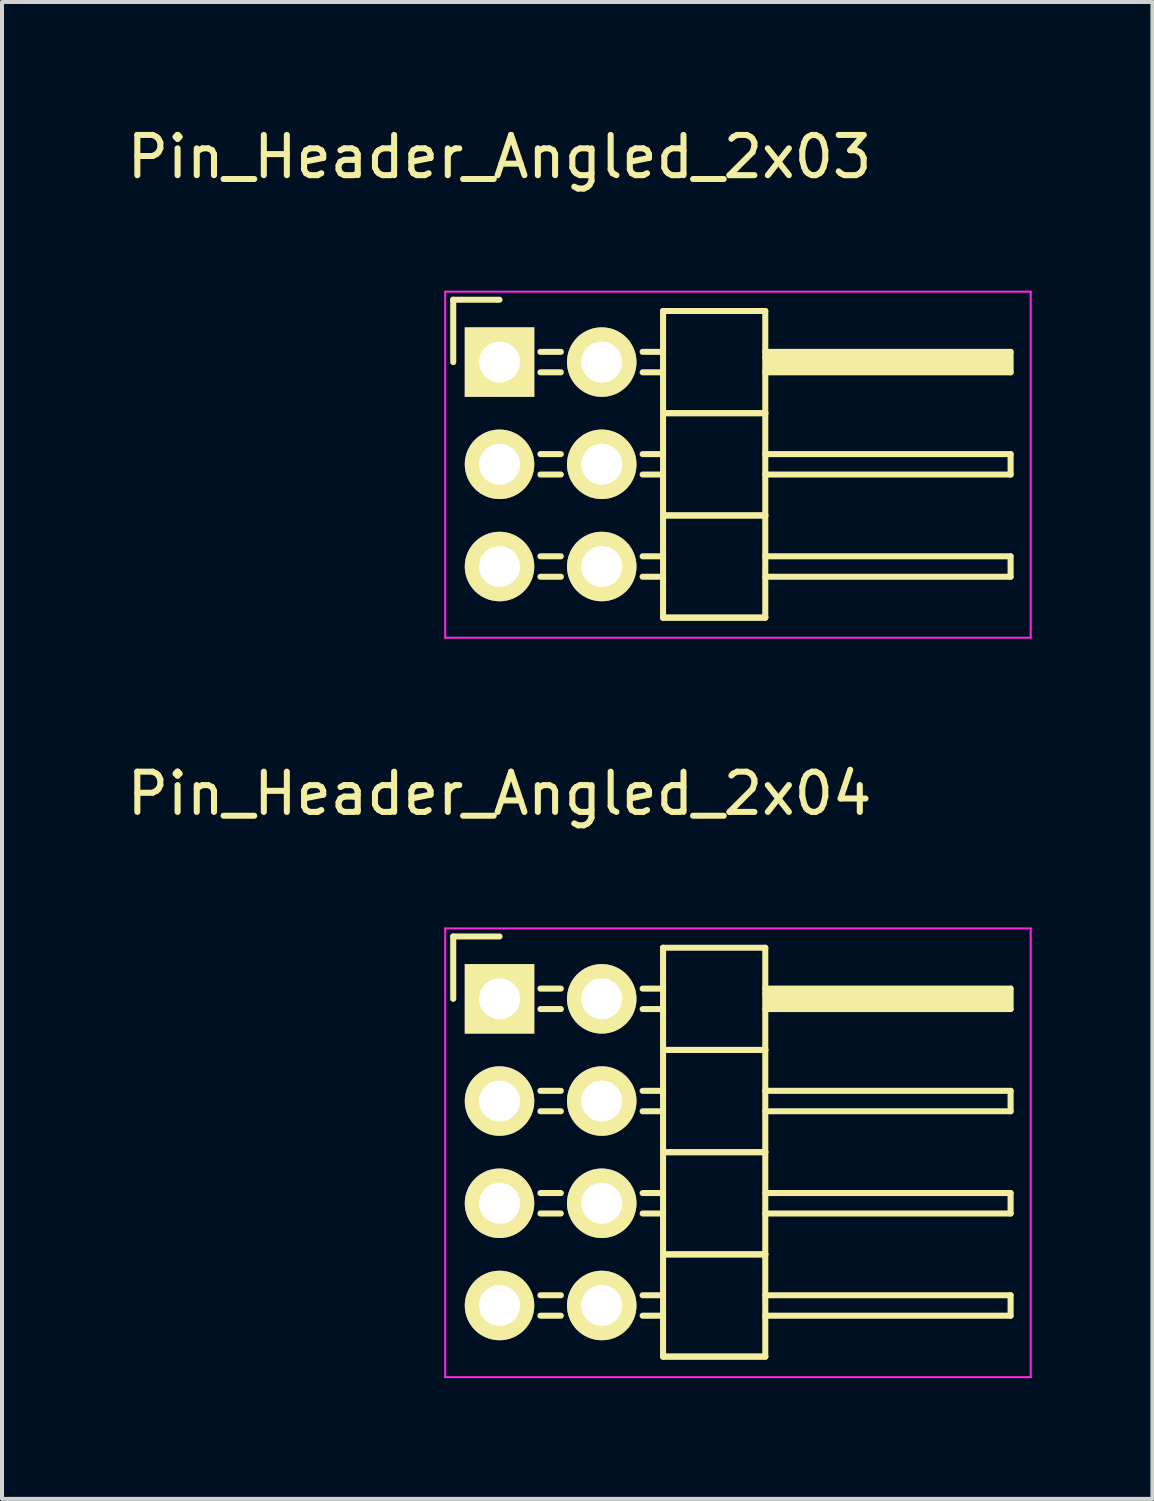
<source format=kicad_pcb>
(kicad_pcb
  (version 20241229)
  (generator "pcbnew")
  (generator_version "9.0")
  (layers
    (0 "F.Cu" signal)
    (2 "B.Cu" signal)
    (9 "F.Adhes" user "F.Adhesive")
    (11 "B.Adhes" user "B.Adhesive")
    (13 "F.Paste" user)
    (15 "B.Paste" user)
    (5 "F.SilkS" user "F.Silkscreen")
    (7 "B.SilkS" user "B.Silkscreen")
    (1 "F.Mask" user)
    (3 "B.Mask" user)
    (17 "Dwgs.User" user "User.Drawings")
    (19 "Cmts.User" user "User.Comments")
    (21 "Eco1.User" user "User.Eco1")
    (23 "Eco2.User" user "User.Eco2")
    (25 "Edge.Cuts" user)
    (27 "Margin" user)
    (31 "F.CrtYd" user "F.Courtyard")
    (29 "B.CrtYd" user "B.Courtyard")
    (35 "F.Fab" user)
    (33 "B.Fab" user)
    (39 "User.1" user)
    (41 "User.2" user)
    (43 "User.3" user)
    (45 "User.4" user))
  (footprint "Pin_Header_Angled_2x03"
    (layer "F.Cu")
    (at 9.363 5.948)
    (property "Reference" "Pin_Header_Angled_2x03" (at 0 -5.1 0) (layer "F.SilkS") (effects (font (size 1 1) (thickness 0.15))))
    (attr through_hole)
    (fp_line (start -1.15 -1.55) (end -1.15 0) (stroke (width 0.15) (type solid)) (layer "F.SilkS"))
    (fp_line (start 0 -1.55) (end -1.15 -1.55) (stroke (width 0.15) (type solid)) (layer "F.SilkS"))
    (fp_line (start 1.524 -0.254) (end 1.016 -0.254) (stroke (width 0.15) (type solid)) (layer "F.SilkS"))
    (fp_line (start 1.524 0.254) (end 1.016 0.254) (stroke (width 0.15) (type solid)) (layer "F.SilkS"))
    (fp_line (start 1.524 2.286) (end 1.016 2.286) (stroke (width 0.15) (type solid)) (layer "F.SilkS"))
    (fp_line (start 1.524 2.794) (end 1.016 2.794) (stroke (width 0.15) (type solid)) (layer "F.SilkS"))
    (fp_line (start 1.524 4.826) (end 1.016 4.826) (stroke (width 0.15) (type solid)) (layer "F.SilkS"))
    (fp_line (start 1.524 5.334) (end 1.016 5.334) (stroke (width 0.15) (type solid)) (layer "F.SilkS"))
    (fp_line (start 4.064 -1.27) (end 4.064 1.27) (stroke (width 0.15) (type solid)) (layer "F.SilkS"))
    (fp_line (start 4.064 -1.27) (end 6.604 -1.27) (stroke (width 0.15) (type solid)) (layer "F.SilkS"))
    (fp_line (start 4.064 -0.254) (end 3.556 -0.254) (stroke (width 0.15) (type solid)) (layer "F.SilkS"))
    (fp_line (start 4.064 0.254) (end 3.556 0.254) (stroke (width 0.15) (type solid)) (layer "F.SilkS"))
    (fp_line (start 4.064 1.27) (end 4.064 3.81) (stroke (width 0.15) (type solid)) (layer "F.SilkS"))
    (fp_line (start 4.064 1.27) (end 6.604 1.27) (stroke (width 0.15) (type solid)) (layer "F.SilkS"))
    (fp_line (start 4.064 1.27) (end 6.604 1.27) (stroke (width 0.15) (type solid)) (layer "F.SilkS"))
    (fp_line (start 4.064 2.286) (end 3.556 2.286) (stroke (width 0.15) (type solid)) (layer "F.SilkS"))
    (fp_line (start 4.064 2.794) (end 3.556 2.794) (stroke (width 0.15) (type solid)) (layer "F.SilkS"))
    (fp_line (start 4.064 3.81) (end 4.064 6.35) (stroke (width 0.15) (type solid)) (layer "F.SilkS"))
    (fp_line (start 4.064 3.81) (end 6.604 3.81) (stroke (width 0.15) (type solid)) (layer "F.SilkS"))
    (fp_line (start 4.064 3.81) (end 6.604 3.81) (stroke (width 0.15) (type solid)) (layer "F.SilkS"))
    (fp_line (start 4.064 4.826) (end 3.556 4.826) (stroke (width 0.15) (type solid)) (layer "F.SilkS"))
    (fp_line (start 4.064 5.334) (end 3.556 5.334) (stroke (width 0.15) (type solid)) (layer "F.SilkS"))
    (fp_line (start 4.064 6.35) (end 6.604 6.35) (stroke (width 0.15) (type solid)) (layer "F.SilkS"))
    (fp_line (start 4.064 6.35) (end 6.604 6.35) (stroke (width 0.15) (type solid)) (layer "F.SilkS"))
    (fp_line (start 6.604 -0.254) (end 12.7 -0.254) (stroke (width 0.15) (type solid)) (layer "F.SilkS"))
    (fp_line (start 6.604 -0.127) (end 12.573 -0.127) (stroke (width 0.15) (type solid)) (layer "F.SilkS"))
    (fp_line (start 6.604 1.27) (end 6.604 -1.27) (stroke (width 0.15) (type solid)) (layer "F.SilkS"))
    (fp_line (start 6.604 2.286) (end 12.7 2.286) (stroke (width 0.15) (type solid)) (layer "F.SilkS"))
    (fp_line (start 6.604 3.81) (end 6.604 1.27) (stroke (width 0.15) (type solid)) (layer "F.SilkS"))
    (fp_line (start 6.604 4.826) (end 12.7 4.826) (stroke (width 0.15) (type solid)) (layer "F.SilkS"))
    (fp_line (start 6.604 6.35) (end 6.604 3.81) (stroke (width 0.15) (type solid)) (layer "F.SilkS"))
    (fp_line (start 6.731 0) (end 12.573 0) (stroke (width 0.15) (type solid)) (layer "F.SilkS"))
    (fp_line (start 6.731 0.127) (end 6.731 0) (stroke (width 0.15) (type solid)) (layer "F.SilkS"))
    (fp_line (start 12.573 -0.127) (end 12.573 0.127) (stroke (width 0.15) (type solid)) (layer "F.SilkS"))
    (fp_line (start 12.573 0.127) (end 6.731 0.127) (stroke (width 0.15) (type solid)) (layer "F.SilkS"))
    (fp_line (start 12.7 -0.254) (end 12.7 0.254) (stroke (width 0.15) (type solid)) (layer "F.SilkS"))
    (fp_line (start 12.7 0.254) (end 6.604 0.254) (stroke (width 0.15) (type solid)) (layer "F.SilkS"))
    (fp_line (start 12.7 2.286) (end 12.7 2.794) (stroke (width 0.15) (type solid)) (layer "F.SilkS"))
    (fp_line (start 12.7 2.794) (end 6.604 2.794) (stroke (width 0.15) (type solid)) (layer "F.SilkS"))
    (fp_line (start 12.7 4.826) (end 12.7 5.334) (stroke (width 0.15) (type solid)) (layer "F.SilkS"))
    (fp_line (start 12.7 5.334) (end 6.604 5.334) (stroke (width 0.15) (type solid)) (layer "F.SilkS"))
    (fp_line (start -1.35 -1.75) (end -1.35 6.85) (stroke (width 0.05) (type solid)) (layer "F.CrtYd"))
    (fp_line (start -1.35 -1.75) (end 13.2 -1.75) (stroke (width 0.05) (type solid)) (layer "F.CrtYd"))
    (fp_line (start -1.35 6.85) (end 13.2 6.85) (stroke (width 0.05) (type solid)) (layer "F.CrtYd"))
    (fp_line (start 13.2 -1.75) (end 13.2 6.85) (stroke (width 0.05) (type solid)) (layer "F.CrtYd"))
    (pad "1" thru_hole rect (at 0 0) (size 1.727 1.727) (drill 1.016) (layers "*.Cu" "*.Mask" "F.SilkS"))
    (pad "2" thru_hole oval (at 2.54 0) (size 1.727 1.727) (drill 1.016) (layers "*.Cu" "*.Mask" "F.SilkS"))
    (pad "3" thru_hole oval (at 0 2.54) (size 1.727 1.727) (drill 1.016) (layers "*.Cu" "*.Mask" "F.SilkS"))
    (pad "4" thru_hole oval (at 2.54 2.54) (size 1.727 1.727) (drill 1.016) (layers "*.Cu" "*.Mask" "F.SilkS"))
    (pad "5" thru_hole oval (at 0 5.08) (size 1.727 1.727) (drill 1.016) (layers "*.Cu" "*.Mask" "F.SilkS"))
    (pad "6" thru_hole oval (at 2.54 5.08) (size 1.727 1.727) (drill 1.016) (layers "*.Cu" "*.Mask" "F.SilkS")))
  (footprint "Pin_Header_Angled_2x04"
    (layer "F.Cu")
    (at 9.363 21.771)
    (property "Reference" "Pin_Header_Angled_2x04" (at 0 -5.1 0) (layer "F.SilkS") (effects (font (size 1 1) (thickness 0.15))))
    (attr through_hole)
    (fp_line (start -1.15 -1.55) (end -1.15 0) (stroke (width 0.15) (type solid)) (layer "F.SilkS"))
    (fp_line (start 0 -1.55) (end -1.15 -1.55) (stroke (width 0.15) (type solid)) (layer "F.SilkS"))
    (fp_line (start 1.524 -0.254) (end 1.016 -0.254) (stroke (width 0.15) (type solid)) (layer "F.SilkS"))
    (fp_line (start 1.524 0.254) (end 1.016 0.254) (stroke (width 0.15) (type solid)) (layer "F.SilkS"))
    (fp_line (start 1.524 2.286) (end 1.016 2.286) (stroke (width 0.15) (type solid)) (layer "F.SilkS"))
    (fp_line (start 1.524 2.794) (end 1.016 2.794) (stroke (width 0.15) (type solid)) (layer "F.SilkS"))
    (fp_line (start 1.524 4.826) (end 1.016 4.826) (stroke (width 0.15) (type solid)) (layer "F.SilkS"))
    (fp_line (start 1.524 5.334) (end 1.016 5.334) (stroke (width 0.15) (type solid)) (layer "F.SilkS"))
    (fp_line (start 1.524 7.366) (end 1.016 7.366) (stroke (width 0.15) (type solid)) (layer "F.SilkS"))
    (fp_line (start 1.524 7.874) (end 1.016 7.874) (stroke (width 0.15) (type solid)) (layer "F.SilkS"))
    (fp_line (start 4.064 -1.27) (end 4.064 1.27) (stroke (width 0.15) (type solid)) (layer "F.SilkS"))
    (fp_line (start 4.064 -1.27) (end 6.604 -1.27) (stroke (width 0.15) (type solid)) (layer "F.SilkS"))
    (fp_line (start 4.064 -0.254) (end 3.556 -0.254) (stroke (width 0.15) (type solid)) (layer "F.SilkS"))
    (fp_line (start 4.064 0.254) (end 3.556 0.254) (stroke (width 0.15) (type solid)) (layer "F.SilkS"))
    (fp_line (start 4.064 1.27) (end 4.064 3.81) (stroke (width 0.15) (type solid)) (layer "F.SilkS"))
    (fp_line (start 4.064 1.27) (end 6.604 1.27) (stroke (width 0.15) (type solid)) (layer "F.SilkS"))
    (fp_line (start 4.064 1.27) (end 6.604 1.27) (stroke (width 0.15) (type solid)) (layer "F.SilkS"))
    (fp_line (start 4.064 2.286) (end 3.556 2.286) (stroke (width 0.15) (type solid)) (layer "F.SilkS"))
    (fp_line (start 4.064 2.794) (end 3.556 2.794) (stroke (width 0.15) (type solid)) (layer "F.SilkS"))
    (fp_line (start 4.064 3.81) (end 4.064 6.35) (stroke (width 0.15) (type solid)) (layer "F.SilkS"))
    (fp_line (start 4.064 3.81) (end 6.604 3.81) (stroke (width 0.15) (type solid)) (layer "F.SilkS"))
    (fp_line (start 4.064 3.81) (end 6.604 3.81) (stroke (width 0.15) (type solid)) (layer "F.SilkS"))
    (fp_line (start 4.064 4.826) (end 3.556 4.826) (stroke (width 0.15) (type solid)) (layer "F.SilkS"))
    (fp_line (start 4.064 5.334) (end 3.556 5.334) (stroke (width 0.15) (type solid)) (layer "F.SilkS"))
    (fp_line (start 4.064 6.35) (end 4.064 8.89) (stroke (width 0.15) (type solid)) (layer "F.SilkS"))
    (fp_line (start 4.064 6.35) (end 6.604 6.35) (stroke (width 0.15) (type solid)) (layer "F.SilkS"))
    (fp_line (start 4.064 6.35) (end 6.604 6.35) (stroke (width 0.15) (type solid)) (layer "F.SilkS"))
    (fp_line (start 4.064 7.366) (end 3.556 7.366) (stroke (width 0.15) (type solid)) (layer "F.SilkS"))
    (fp_line (start 4.064 7.874) (end 3.556 7.874) (stroke (width 0.15) (type solid)) (layer "F.SilkS"))
    (fp_line (start 4.064 8.89) (end 6.604 8.89) (stroke (width 0.15) (type solid)) (layer "F.SilkS"))
    (fp_line (start 4.064 8.89) (end 6.604 8.89) (stroke (width 0.15) (type solid)) (layer "F.SilkS"))
    (fp_line (start 6.604 -0.254) (end 12.7 -0.254) (stroke (width 0.15) (type solid)) (layer "F.SilkS"))
    (fp_line (start 6.604 -0.127) (end 12.573 -0.127) (stroke (width 0.15) (type solid)) (layer "F.SilkS"))
    (fp_line (start 6.604 1.27) (end 6.604 -1.27) (stroke (width 0.15) (type solid)) (layer "F.SilkS"))
    (fp_line (start 6.604 2.286) (end 12.7 2.286) (stroke (width 0.15) (type solid)) (layer "F.SilkS"))
    (fp_line (start 6.604 3.81) (end 6.604 1.27) (stroke (width 0.15) (type solid)) (layer "F.SilkS"))
    (fp_line (start 6.604 4.826) (end 12.7 4.826) (stroke (width 0.15) (type solid)) (layer "F.SilkS"))
    (fp_line (start 6.604 6.35) (end 6.604 3.81) (stroke (width 0.15) (type solid)) (layer "F.SilkS"))
    (fp_line (start 6.604 7.366) (end 12.7 7.366) (stroke (width 0.15) (type solid)) (layer "F.SilkS"))
    (fp_line (start 6.604 8.89) (end 6.604 6.35) (stroke (width 0.15) (type solid)) (layer "F.SilkS"))
    (fp_line (start 6.731 0) (end 12.573 0) (stroke (width 0.15) (type solid)) (layer "F.SilkS"))
    (fp_line (start 6.731 0.127) (end 6.731 0) (stroke (width 0.15) (type solid)) (layer "F.SilkS"))
    (fp_line (start 12.573 -0.127) (end 12.573 0.127) (stroke (width 0.15) (type solid)) (layer "F.SilkS"))
    (fp_line (start 12.573 0.127) (end 6.731 0.127) (stroke (width 0.15) (type solid)) (layer "F.SilkS"))
    (fp_line (start 12.7 -0.254) (end 12.7 0.254) (stroke (width 0.15) (type solid)) (layer "F.SilkS"))
    (fp_line (start 12.7 0.254) (end 6.604 0.254) (stroke (width 0.15) (type solid)) (layer "F.SilkS"))
    (fp_line (start 12.7 2.286) (end 12.7 2.794) (stroke (width 0.15) (type solid)) (layer "F.SilkS"))
    (fp_line (start 12.7 2.794) (end 6.604 2.794) (stroke (width 0.15) (type solid)) (layer "F.SilkS"))
    (fp_line (start 12.7 4.826) (end 12.7 5.334) (stroke (width 0.15) (type solid)) (layer "F.SilkS"))
    (fp_line (start 12.7 5.334) (end 6.604 5.334) (stroke (width 0.15) (type solid)) (layer "F.SilkS"))
    (fp_line (start 12.7 7.366) (end 12.7 7.874) (stroke (width 0.15) (type solid)) (layer "F.SilkS"))
    (fp_line (start 12.7 7.874) (end 6.604 7.874) (stroke (width 0.15) (type solid)) (layer "F.SilkS"))
    (fp_line (start -1.35 -1.75) (end -1.35 9.4) (stroke (width 0.05) (type solid)) (layer "F.CrtYd"))
    (fp_line (start -1.35 -1.75) (end 13.2 -1.75) (stroke (width 0.05) (type solid)) (layer "F.CrtYd"))
    (fp_line (start -1.35 9.4) (end 13.2 9.4) (stroke (width 0.05) (type solid)) (layer "F.CrtYd"))
    (fp_line (start 13.2 -1.75) (end 13.2 9.4) (stroke (width 0.05) (type solid)) (layer "F.CrtYd"))
    (pad "1" thru_hole rect (at 0 0) (size 1.727 1.727) (drill 1.016) (layers "*.Cu" "*.Mask" "F.SilkS"))
    (pad "2" thru_hole oval (at 2.54 0) (size 1.727 1.727) (drill 1.016) (layers "*.Cu" "*.Mask" "F.SilkS"))
    (pad "3" thru_hole oval (at 0 2.54) (size 1.727 1.727) (drill 1.016) (layers "*.Cu" "*.Mask" "F.SilkS"))
    (pad "4" thru_hole oval (at 2.54 2.54) (size 1.727 1.727) (drill 1.016) (layers "*.Cu" "*.Mask" "F.SilkS"))
    (pad "5" thru_hole oval (at 0 5.08) (size 1.727 1.727) (drill 1.016) (layers "*.Cu" "*.Mask" "F.SilkS"))
    (pad "6" thru_hole oval (at 2.54 5.08) (size 1.727 1.727) (drill 1.016) (layers "*.Cu" "*.Mask" "F.SilkS"))
    (pad "7" thru_hole oval (at 0 7.62) (size 1.727 1.727) (drill 1.016) (layers "*.Cu" "*.Mask" "F.SilkS"))
    (pad "8" thru_hole oval (at 2.54 7.62) (size 1.727 1.727) (drill 1.016) (layers "*.Cu" "*.Mask" "F.SilkS")))
  (gr_rect
    (start -3 -3)
    (end 25.588 34.197)
    (stroke (width 0.1) (type default))
    (fill no)
    (layer "Edge.Cuts")))
</source>
